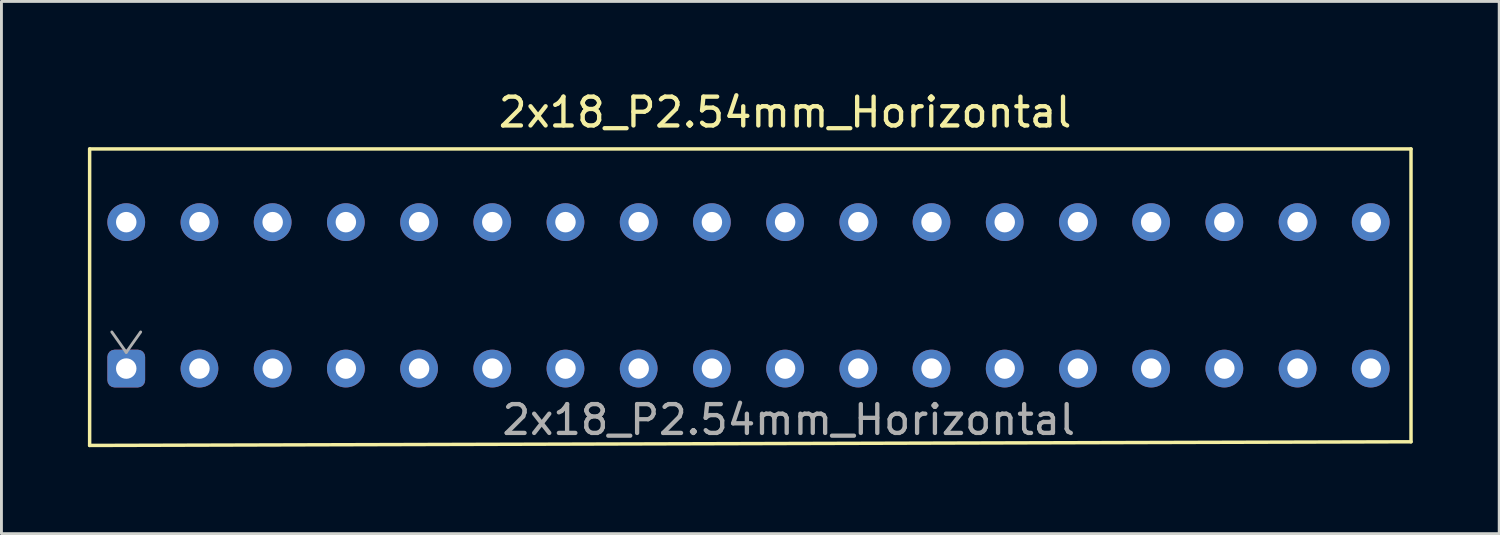
<source format=kicad_pcb>
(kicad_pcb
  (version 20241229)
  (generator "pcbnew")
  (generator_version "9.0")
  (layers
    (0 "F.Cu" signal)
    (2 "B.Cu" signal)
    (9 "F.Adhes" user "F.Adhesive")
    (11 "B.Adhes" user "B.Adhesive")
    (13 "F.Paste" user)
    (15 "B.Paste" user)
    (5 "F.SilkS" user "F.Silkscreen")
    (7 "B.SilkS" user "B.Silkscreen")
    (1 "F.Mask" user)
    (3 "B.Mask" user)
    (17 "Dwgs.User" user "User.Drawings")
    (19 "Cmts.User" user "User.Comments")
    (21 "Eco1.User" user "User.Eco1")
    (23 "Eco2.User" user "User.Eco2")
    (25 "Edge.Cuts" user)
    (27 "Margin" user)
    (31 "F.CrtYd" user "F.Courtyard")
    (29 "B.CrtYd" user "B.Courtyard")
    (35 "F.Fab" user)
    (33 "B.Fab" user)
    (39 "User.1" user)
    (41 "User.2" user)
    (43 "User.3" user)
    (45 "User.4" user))
  (footprint "2x18_P2.54mm_Horizontal"
    (layer "F.Cu")
    (at 24.063 7.325)
    (property "Reference" "2x18_P2.54mm_Horizontal" (at 0.127 -6.477 0) (layer "F.SilkS") (effects (font (size 1 1) (thickness 0.15))))
    (attr through_hole)
    (fp_line (start -24.003 -5.207) (end -24.003 5.08) (stroke (width 0.12) (type solid)) (layer "F.SilkS"))
    (fp_line (start -24.003 5.08) (end 21.844 4.953) (stroke (width 0.12) (type solid)) (layer "F.SilkS"))
    (fp_line (start 21.844 -5.207) (end -24.003 -5.207) (stroke (width 0.12) (type solid)) (layer "F.SilkS"))
    (fp_line (start 21.844 4.953) (end 21.844 -5.207) (stroke (width 0.12) (type solid)) (layer "F.SilkS"))
    (fp_line (start -23.233 1.143) (end -22.733 1.85) (stroke (width 0.1) (type solid)) (layer "F.Fab"))
    (fp_line (start -22.733 1.85) (end -22.233 1.143) (stroke (width 0.1) (type solid)) (layer "F.Fab"))
    (fp_text user "${REFERENCE}" (at 0.254 4.191 0) (layer "F.Fab") (effects (font (size 1 1) (thickness 0.15))))
    (pad "1" thru_hole roundrect (at -22.733 2.413) (size 1.31 1.31) (drill 0.71) (layers "*.Cu" "*.Mask") (roundrect_rratio 0.191))
    (pad "2" thru_hole circle (at -22.733 -2.667) (size 1.31 1.31) (drill 0.71) (layers "*.Cu" "*.Mask"))
    (pad "3" thru_hole circle (at -20.193 2.413) (size 1.31 1.31) (drill 0.71) (layers "*.Cu" "*.Mask"))
    (pad "4" thru_hole circle (at -20.193 -2.667) (size 1.31 1.31) (drill 0.71) (layers "*.Cu" "*.Mask"))
    (pad "5" thru_hole circle (at -17.653 2.413) (size 1.31 1.31) (drill 0.71) (layers "*.Cu" "*.Mask"))
    (pad "6" thru_hole circle (at -17.653 -2.667) (size 1.31 1.31) (drill 0.71) (layers "*.Cu" "*.Mask"))
    (pad "7" thru_hole circle (at -15.113 2.413) (size 1.31 1.31) (drill 0.71) (layers "*.Cu" "*.Mask"))
    (pad "8" thru_hole circle (at -15.113 -2.667) (size 1.31 1.31) (drill 0.71) (layers "*.Cu" "*.Mask"))
    (pad "9" thru_hole circle (at -12.573 2.413) (size 1.31 1.31) (drill 0.71) (layers "*.Cu" "*.Mask"))
    (pad "10" thru_hole circle (at -12.573 -2.667) (size 1.31 1.31) (drill 0.71) (layers "*.Cu" "*.Mask"))
    (pad "11" thru_hole circle (at -10.033 2.413) (size 1.31 1.31) (drill 0.71) (layers "*.Cu" "*.Mask"))
    (pad "12" thru_hole circle (at -10.033 -2.667) (size 1.31 1.31) (drill 0.71) (layers "*.Cu" "*.Mask"))
    (pad "13" thru_hole circle (at -7.493 2.413) (size 1.31 1.31) (drill 0.71) (layers "*.Cu" "*.Mask"))
    (pad "14" thru_hole circle (at -7.493 -2.667) (size 1.31 1.31) (drill 0.71) (layers "*.Cu" "*.Mask"))
    (pad "15" thru_hole circle (at -4.953 2.413) (size 1.31 1.31) (drill 0.71) (layers "*.Cu" "*.Mask"))
    (pad "16" thru_hole circle (at -4.953 -2.667) (size 1.31 1.31) (drill 0.71) (layers "*.Cu" "*.Mask"))
    (pad "17" thru_hole circle (at -2.413 2.413) (size 1.31 1.31) (drill 0.71) (layers "*.Cu" "*.Mask"))
    (pad "18" thru_hole circle (at -2.413 -2.667) (size 1.31 1.31) (drill 0.71) (layers "*.Cu" "*.Mask"))
    (pad "19" thru_hole circle (at 0.127 2.413) (size 1.31 1.31) (drill 0.71) (layers "*.Cu" "*.Mask"))
    (pad "20" thru_hole circle (at 0.127 -2.667) (size 1.31 1.31) (drill 0.71) (layers "*.Cu" "*.Mask"))
    (pad "21" thru_hole circle (at 2.667 2.413) (size 1.31 1.31) (drill 0.71) (layers "*.Cu" "*.Mask"))
    (pad "22" thru_hole circle (at 2.667 -2.667) (size 1.31 1.31) (drill 0.71) (layers "*.Cu" "*.Mask"))
    (pad "23" thru_hole circle (at 5.207 2.413) (size 1.31 1.31) (drill 0.71) (layers "*.Cu" "*.Mask"))
    (pad "24" thru_hole circle (at 5.207 -2.667) (size 1.31 1.31) (drill 0.71) (layers "*.Cu" "*.Mask"))
    (pad "25" thru_hole circle (at 7.747 2.413) (size 1.31 1.31) (drill 0.71) (layers "*.Cu" "*.Mask"))
    (pad "26" thru_hole circle (at 7.747 -2.667) (size 1.31 1.31) (drill 0.71) (layers "*.Cu" "*.Mask"))
    (pad "27" thru_hole circle (at 10.287 2.413) (size 1.31 1.31) (drill 0.71) (layers "*.Cu" "*.Mask"))
    (pad "28" thru_hole circle (at 10.287 -2.667) (size 1.31 1.31) (drill 0.71) (layers "*.Cu" "*.Mask"))
    (pad "29" thru_hole circle (at 12.827 2.413) (size 1.31 1.31) (drill 0.71) (layers "*.Cu" "*.Mask"))
    (pad "30" thru_hole circle (at 12.827 -2.667) (size 1.31 1.31) (drill 0.71) (layers "*.Cu" "*.Mask"))
    (pad "31" thru_hole circle (at 15.367 2.413) (size 1.31 1.31) (drill 0.71) (layers "*.Cu" "*.Mask"))
    (pad "32" thru_hole circle (at 15.367 -2.667) (size 1.31 1.31) (drill 0.71) (layers "*.Cu" "*.Mask"))
    (pad "33" thru_hole circle (at 17.907 2.413) (size 1.31 1.31) (drill 0.71) (layers "*.Cu" "*.Mask"))
    (pad "34" thru_hole circle (at 17.907 -2.667) (size 1.31 1.31) (drill 0.71) (layers "*.Cu" "*.Mask"))
    (pad "35" thru_hole circle (at 20.447 2.413) (size 1.31 1.31) (drill 0.71) (layers "*.Cu" "*.Mask"))
    (pad "36" thru_hole circle (at 20.447 -2.667) (size 1.31 1.31) (drill 0.71) (layers "*.Cu" "*.Mask")))
  (gr_rect
    (start -3 -3)
    (end 48.967 15.465)
    (stroke (width 0.1) (type default))
    (fill no)
    (layer "Edge.Cuts")))
</source>
